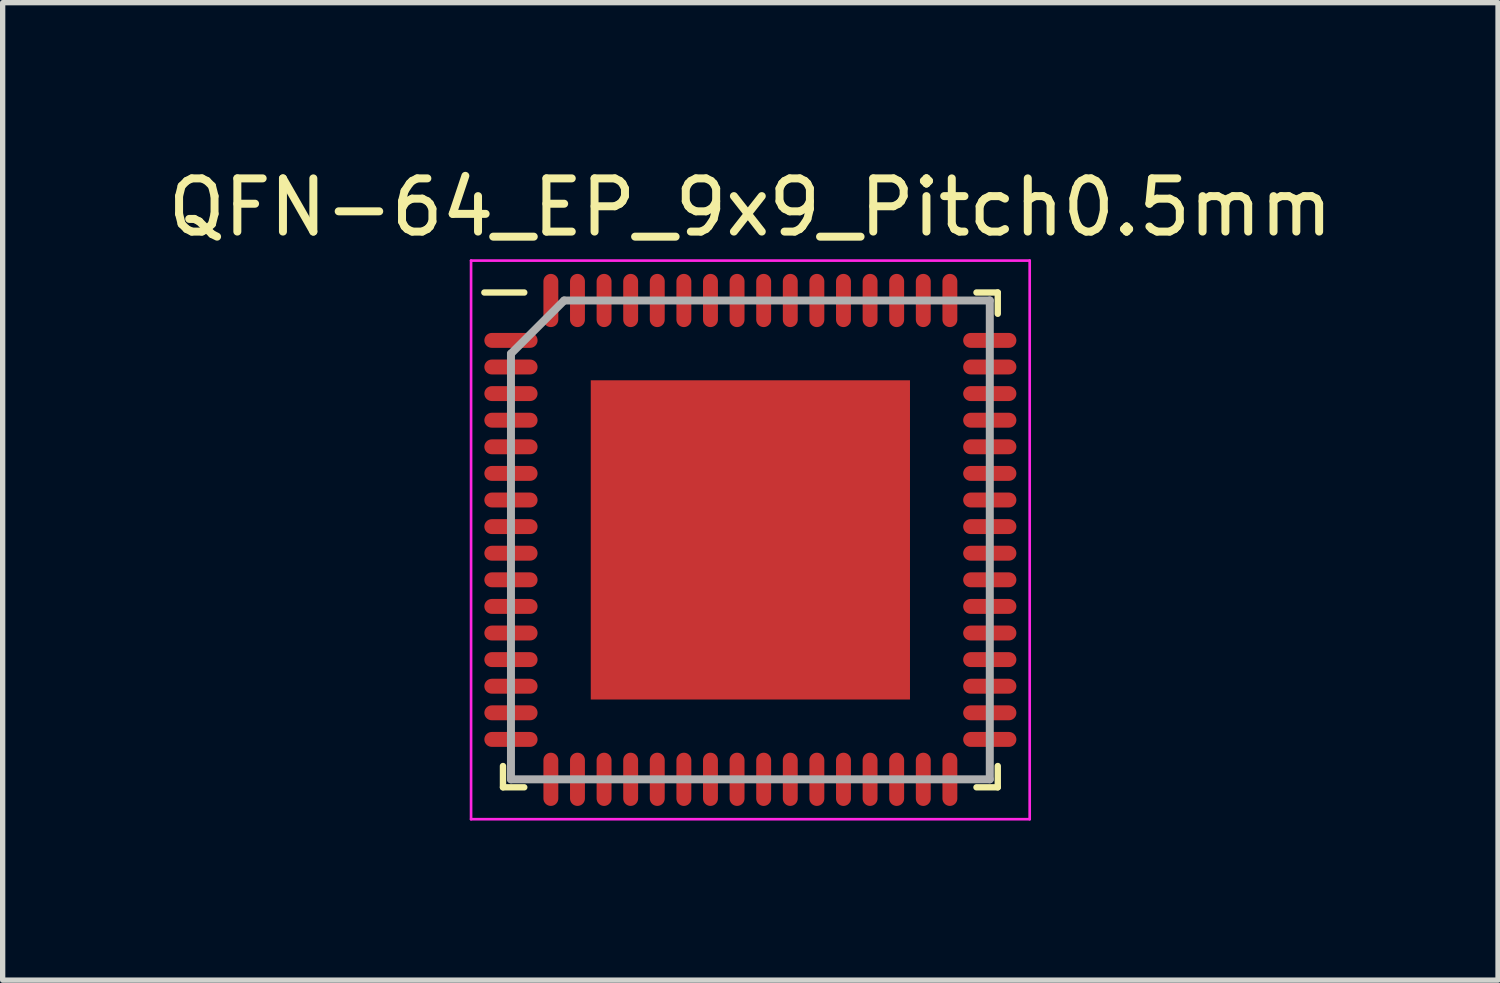
<source format=kicad_pcb>
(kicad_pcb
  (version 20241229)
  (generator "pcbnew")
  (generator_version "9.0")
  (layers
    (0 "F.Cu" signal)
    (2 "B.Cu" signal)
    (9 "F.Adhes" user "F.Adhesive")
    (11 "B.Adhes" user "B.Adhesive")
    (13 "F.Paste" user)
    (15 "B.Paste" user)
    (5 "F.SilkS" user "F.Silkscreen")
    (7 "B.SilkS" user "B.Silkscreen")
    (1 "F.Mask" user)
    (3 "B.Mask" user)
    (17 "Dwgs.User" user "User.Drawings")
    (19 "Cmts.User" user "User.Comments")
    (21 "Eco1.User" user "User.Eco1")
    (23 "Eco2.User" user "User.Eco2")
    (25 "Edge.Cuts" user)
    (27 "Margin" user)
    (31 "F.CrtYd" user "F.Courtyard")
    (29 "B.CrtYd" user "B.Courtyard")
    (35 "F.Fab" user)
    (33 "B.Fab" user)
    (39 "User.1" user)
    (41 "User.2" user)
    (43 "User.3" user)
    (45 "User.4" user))
  (footprint "QFN-64_EP_9x9_Pitch0.5mm"
    (layer "F.Cu")
    (at 11.054 7.098)
    (property "Reference" "QFN-64_EP_9x9_Pitch0.5mm" (at 0 -6.25 0) (layer "F.SilkS") (effects (font (size 1 1) (thickness 0.15))))
    (attr smd)
    (fp_line (start -4.65 4.65) (end -4.65 4.25) (stroke (width 0.12) (type default)) (layer "F.SilkS"))
    (fp_line (start -4.25 -4.65) (end -5 -4.65) (stroke (width 0.12) (type default)) (layer "F.SilkS"))
    (fp_line (start -4.25 4.65) (end -4.65 4.65) (stroke (width 0.12) (type default)) (layer "F.SilkS"))
    (fp_line (start 4.25 -4.65) (end 4.65 -4.65) (stroke (width 0.12) (type default)) (layer "F.SilkS"))
    (fp_line (start 4.25 4.65) (end 4.65 4.65) (stroke (width 0.12) (type default)) (layer "F.SilkS"))
    (fp_line (start 4.65 -4.65) (end 4.65 -4.25) (stroke (width 0.12) (type default)) (layer "F.SilkS"))
    (fp_line (start 4.65 4.65) (end 4.65 4.25) (stroke (width 0.12) (type default)) (layer "F.SilkS"))
    (fp_line (start -5.25 -5.25) (end 5.25 -5.25) (stroke (width 0.05) (type default)) (layer "F.CrtYd"))
    (fp_line (start -5.25 5.25) (end -5.25 -5.25) (stroke (width 0.05) (type default)) (layer "F.CrtYd"))
    (fp_line (start 5.25 -5.25) (end 5.25 5.25) (stroke (width 0.05) (type default)) (layer "F.CrtYd"))
    (fp_line (start 5.25 5.25) (end -5.25 5.25) (stroke (width 0.05) (type default)) (layer "F.CrtYd"))
    (fp_line (start -4.5 -3.5) (end -4.5 4.5) (stroke (width 0.15) (type default)) (layer "F.Fab"))
    (fp_line (start -4.5 4.5) (end 4.5 4.5) (stroke (width 0.15) (type default)) (layer "F.Fab"))
    (fp_line (start -3.5 -4.5) (end -4.5 -3.5) (stroke (width 0.15) (type default)) (layer "F.Fab"))
    (fp_line (start 4.5 -4.5) (end -3.5 -4.5) (stroke (width 0.15) (type default)) (layer "F.Fab"))
    (fp_line (start 4.5 4.5) (end 4.5 -4.5) (stroke (width 0.15) (type default)) (layer "F.Fab"))
    (pad "" smd rect (at -2.25 -2.25) (size 0.75 0.75) (layers "F.Paste"))
    (pad "" smd rect (at -2.25 -0.75) (size 0.75 0.75) (layers "F.Paste"))
    (pad "" smd rect (at -2.25 0.75) (size 0.75 0.75) (layers "F.Paste"))
    (pad "" smd rect (at -2.25 2.25) (size 0.75 0.75) (layers "F.Paste"))
    (pad "" smd rect (at -0.75 -2.25) (size 0.75 0.75) (layers "F.Paste"))
    (pad "" smd rect (at -0.75 -0.75) (size 0.75 0.75) (layers "F.Paste"))
    (pad "" smd rect (at -0.75 0.75) (size 0.75 0.75) (layers "F.Paste"))
    (pad "" smd rect (at -0.75 2.25) (size 0.75 0.75) (layers "F.Paste"))
    (pad "" smd rect (at 0.75 -2.25) (size 0.75 0.75) (layers "F.Paste"))
    (pad "" smd rect (at 0.75 -0.75) (size 0.75 0.75) (layers "F.Paste"))
    (pad "" smd rect (at 0.75 0.75) (size 0.75 0.75) (layers "F.Paste"))
    (pad "" smd rect (at 0.75 2.25) (size 0.75 0.75) (layers "F.Paste"))
    (pad "" smd rect (at 2.25 -2.25) (size 0.75 0.75) (layers "F.Paste"))
    (pad "" smd rect (at 2.25 -0.75) (size 0.75 0.75) (layers "F.Paste"))
    (pad "" smd rect (at 2.25 0.75) (size 0.75 0.75) (layers "F.Paste"))
    (pad "" smd rect (at 2.25 2.25) (size 0.75 0.75) (layers "F.Paste"))
    (pad "1" smd oval (at -4.5 -3.75 90) (size 0.28 1) (layers "F.Cu" "F.Mask" "F.Paste"))
    (pad "2" smd oval (at -4.5 -3.25 90) (size 0.28 1) (layers "F.Cu" "F.Mask" "F.Paste"))
    (pad "3" smd oval (at -4.5 -2.75 90) (size 0.28 1) (layers "F.Cu" "F.Mask" "F.Paste"))
    (pad "4" smd oval (at -4.5 -2.25 90) (size 0.28 1) (layers "F.Cu" "F.Mask" "F.Paste"))
    (pad "5" smd oval (at -4.5 -1.75 90) (size 0.28 1) (layers "F.Cu" "F.Mask" "F.Paste"))
    (pad "6" smd oval (at -4.5 -1.25 90) (size 0.28 1) (layers "F.Cu" "F.Mask" "F.Paste"))
    (pad "7" smd oval (at -4.5 -0.75 90) (size 0.28 1) (layers "F.Cu" "F.Mask" "F.Paste"))
    (pad "8" smd oval (at -4.5 -0.25 90) (size 0.28 1) (layers "F.Cu" "F.Mask" "F.Paste"))
    (pad "9" smd oval (at -4.5 0.25 90) (size 0.28 1) (layers "F.Cu" "F.Mask" "F.Paste"))
    (pad "10" smd oval (at -4.5 0.75 90) (size 0.28 1) (layers "F.Cu" "F.Mask" "F.Paste"))
    (pad "11" smd oval (at -4.5 1.25 90) (size 0.28 1) (layers "F.Cu" "F.Mask" "F.Paste"))
    (pad "12" smd oval (at -4.5 1.75 90) (size 0.28 1) (layers "F.Cu" "F.Mask" "F.Paste"))
    (pad "13" smd oval (at -4.5 2.25 90) (size 0.28 1) (layers "F.Cu" "F.Mask" "F.Paste"))
    (pad "14" smd oval (at -4.5 2.75 90) (size 0.28 1) (layers "F.Cu" "F.Mask" "F.Paste"))
    (pad "15" smd oval (at -4.5 3.25 90) (size 0.28 1) (layers "F.Cu" "F.Mask" "F.Paste"))
    (pad "16" smd oval (at -4.5 3.75 90) (size 0.28 1) (layers "F.Cu" "F.Mask" "F.Paste"))
    (pad "17" smd oval (at -3.75 4.5) (size 0.28 1) (layers "F.Cu" "F.Mask" "F.Paste"))
    (pad "18" smd oval (at -3.25 4.5) (size 0.28 1) (layers "F.Cu" "F.Mask" "F.Paste"))
    (pad "19" smd oval (at -2.75 4.5) (size 0.28 1) (layers "F.Cu" "F.Mask" "F.Paste"))
    (pad "20" smd oval (at -2.25 4.5) (size 0.28 1) (layers "F.Cu" "F.Mask" "F.Paste"))
    (pad "21" smd oval (at -1.75 4.5) (size 0.28 1) (layers "F.Cu" "F.Mask" "F.Paste"))
    (pad "22" smd oval (at -1.25 4.5) (size 0.28 1) (layers "F.Cu" "F.Mask" "F.Paste"))
    (pad "23" smd oval (at -0.75 4.5) (size 0.28 1) (layers "F.Cu" "F.Mask" "F.Paste"))
    (pad "24" smd oval (at -0.25 4.5) (size 0.28 1) (layers "F.Cu" "F.Mask" "F.Paste"))
    (pad "25" smd oval (at 0.25 4.5) (size 0.28 1) (layers "F.Cu" "F.Mask" "F.Paste"))
    (pad "26" smd oval (at 0.75 4.5) (size 0.28 1) (layers "F.Cu" "F.Mask" "F.Paste"))
    (pad "27" smd oval (at 1.25 4.5) (size 0.28 1) (layers "F.Cu" "F.Mask" "F.Paste"))
    (pad "28" smd oval (at 1.75 4.5) (size 0.28 1) (layers "F.Cu" "F.Mask" "F.Paste"))
    (pad "29" smd oval (at 2.25 4.5) (size 0.28 1) (layers "F.Cu" "F.Mask" "F.Paste"))
    (pad "30" smd oval (at 2.75 4.5) (size 0.28 1) (layers "F.Cu" "F.Mask" "F.Paste"))
    (pad "31" smd oval (at 3.25 4.5) (size 0.28 1) (layers "F.Cu" "F.Mask" "F.Paste"))
    (pad "32" smd oval (at 3.75 4.5) (size 0.28 1) (layers "F.Cu" "F.Mask" "F.Paste"))
    (pad "33" smd oval (at 4.5 3.75 90) (size 0.28 1) (layers "F.Cu" "F.Mask" "F.Paste"))
    (pad "34" smd oval (at 4.5 3.25 90) (size 0.28 1) (layers "F.Cu" "F.Mask" "F.Paste"))
    (pad "35" smd oval (at 4.5 2.75 90) (size 0.28 1) (layers "F.Cu" "F.Mask" "F.Paste"))
    (pad "36" smd oval (at 4.5 2.25 90) (size 0.28 1) (layers "F.Cu" "F.Mask" "F.Paste"))
    (pad "37" smd oval (at 4.5 1.75 90) (size 0.28 1) (layers "F.Cu" "F.Mask" "F.Paste"))
    (pad "38" smd oval (at 4.5 1.25 90) (size 0.28 1) (layers "F.Cu" "F.Mask" "F.Paste"))
    (pad "39" smd oval (at 4.5 0.75 90) (size 0.28 1) (layers "F.Cu" "F.Mask" "F.Paste"))
    (pad "40" smd oval (at 4.5 0.25 90) (size 0.28 1) (layers "F.Cu" "F.Mask" "F.Paste"))
    (pad "41" smd oval (at 4.5 -0.25 90) (size 0.28 1) (layers "F.Cu" "F.Mask" "F.Paste"))
    (pad "42" smd oval (at 4.5 -0.75 90) (size 0.28 1) (layers "F.Cu" "F.Mask" "F.Paste"))
    (pad "43" smd oval (at 4.5 -1.25 90) (size 0.28 1) (layers "F.Cu" "F.Mask" "F.Paste"))
    (pad "44" smd oval (at 4.5 -1.75 90) (size 0.28 1) (layers "F.Cu" "F.Mask" "F.Paste"))
    (pad "45" smd oval (at 4.5 -2.25 90) (size 0.28 1) (layers "F.Cu" "F.Mask" "F.Paste"))
    (pad "46" smd oval (at 4.5 -2.75 90) (size 0.28 1) (layers "F.Cu" "F.Mask" "F.Paste"))
    (pad "47" smd oval (at 4.5 -3.25 90) (size 0.28 1) (layers "F.Cu" "F.Mask" "F.Paste"))
    (pad "48" smd oval (at 4.5 -3.75 90) (size 0.28 1) (layers "F.Cu" "F.Mask" "F.Paste"))
    (pad "49" smd oval (at 3.75 -4.5) (size 0.28 1) (layers "F.Cu" "F.Mask" "F.Paste"))
    (pad "50" smd oval (at 3.25 -4.5) (size 0.28 1) (layers "F.Cu" "F.Mask" "F.Paste"))
    (pad "51" smd oval (at 2.75 -4.5) (size 0.28 1) (layers "F.Cu" "F.Mask" "F.Paste"))
    (pad "52" smd oval (at 2.25 -4.5) (size 0.28 1) (layers "F.Cu" "F.Mask" "F.Paste"))
    (pad "53" smd oval (at 1.75 -4.5) (size 0.28 1) (layers "F.Cu" "F.Mask" "F.Paste"))
    (pad "54" smd oval (at 1.25 -4.5) (size 0.28 1) (layers "F.Cu" "F.Mask" "F.Paste"))
    (pad "55" smd oval (at 0.75 -4.5) (size 0.28 1) (layers "F.Cu" "F.Mask" "F.Paste"))
    (pad "56" smd oval (at 0.25 -4.5) (size 0.28 1) (layers "F.Cu" "F.Mask" "F.Paste"))
    (pad "57" smd oval (at -0.25 -4.5) (size 0.28 1) (layers "F.Cu" "F.Mask" "F.Paste"))
    (pad "58" smd oval (at -0.75 -4.5) (size 0.28 1) (layers "F.Cu" "F.Mask" "F.Paste"))
    (pad "59" smd oval (at -1.25 -4.5) (size 0.28 1) (layers "F.Cu" "F.Mask" "F.Paste"))
    (pad "60" smd oval (at -1.75 -4.5) (size 0.28 1) (layers "F.Cu" "F.Mask" "F.Paste"))
    (pad "61" smd oval (at -2.25 -4.5) (size 0.28 1) (layers "F.Cu" "F.Mask" "F.Paste"))
    (pad "62" smd oval (at -2.75 -4.5) (size 0.28 1) (layers "F.Cu" "F.Mask" "F.Paste"))
    (pad "63" smd oval (at -3.25 -4.5) (size 0.28 1) (layers "F.Cu" "F.Mask" "F.Paste"))
    (pad "64" smd oval (at -3.75 -4.5) (size 0.28 1) (layers "F.Cu" "F.Mask" "F.Paste"))
    (pad "65" smd rect (at 0 0) (size 6 6) (layers "F.Cu" "F.Mask")))
  (gr_rect
    (start -3 -3)
    (end 25.107 15.373)
    (stroke (width 0.1) (type default))
    (fill no)
    (layer "Edge.Cuts")))
</source>
